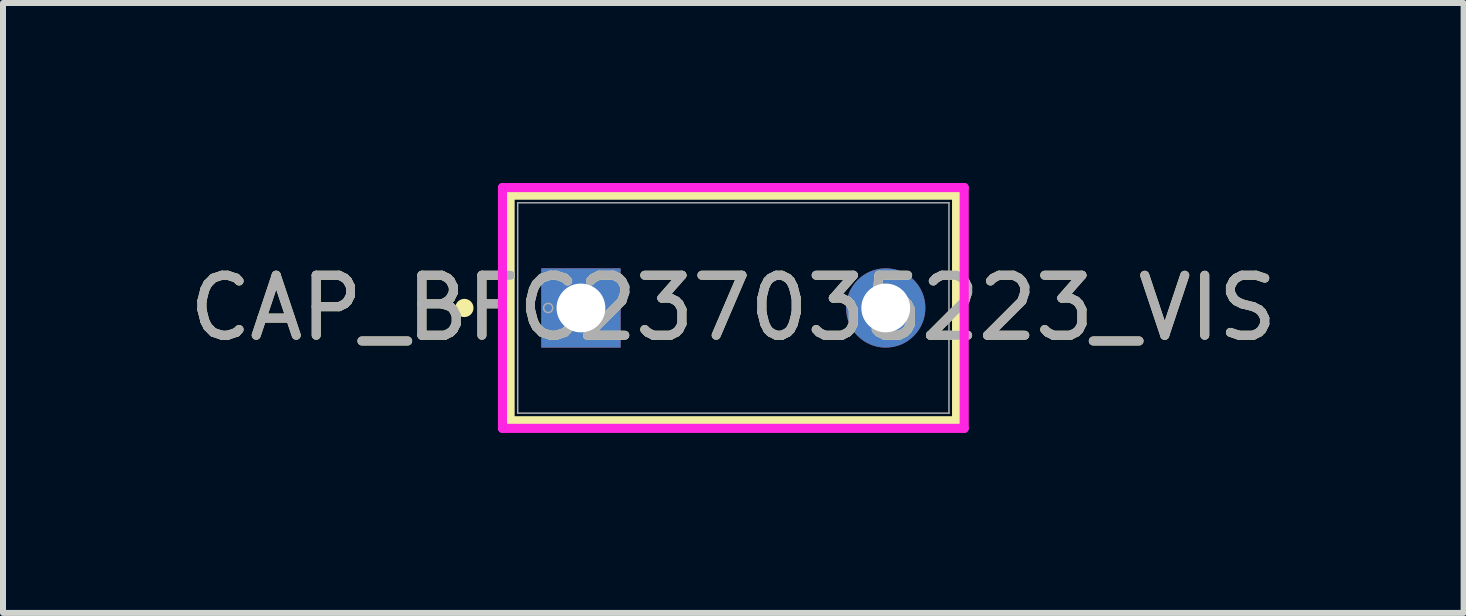
<source format=kicad_pcb>
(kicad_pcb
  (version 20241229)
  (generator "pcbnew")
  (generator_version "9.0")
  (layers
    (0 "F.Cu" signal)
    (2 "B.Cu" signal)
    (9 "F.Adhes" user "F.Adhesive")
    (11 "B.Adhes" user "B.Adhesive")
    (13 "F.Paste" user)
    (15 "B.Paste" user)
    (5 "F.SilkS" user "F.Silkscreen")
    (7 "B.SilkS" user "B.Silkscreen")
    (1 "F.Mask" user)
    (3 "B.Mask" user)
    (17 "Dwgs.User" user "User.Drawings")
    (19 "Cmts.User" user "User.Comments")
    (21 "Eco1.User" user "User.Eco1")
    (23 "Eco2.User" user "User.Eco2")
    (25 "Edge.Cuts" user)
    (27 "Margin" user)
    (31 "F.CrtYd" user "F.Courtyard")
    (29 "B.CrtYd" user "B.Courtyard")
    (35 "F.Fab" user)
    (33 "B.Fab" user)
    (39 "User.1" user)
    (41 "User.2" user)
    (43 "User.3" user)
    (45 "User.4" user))
  (footprint "CAP_BFC237035223_VIS"
    (layer "F.Cu")
    (at 6.633 2.083)
    (property "Reference" "CAP_BFC237035223_VIS" (at 2.54 0 0) (unlocked yes) (layer "F.SilkS") (effects (font (size 1 1) (thickness 0.15))))
    (attr through_hole)
    (fp_line (start -1.181 -1.88) (end -1.181 1.88) (stroke (width 0.152) (type solid)) (layer "F.SilkS"))
    (fp_line (start 6.261 -1.88) (end -1.181 -1.88) (stroke (width 0.152) (type solid)) (layer "F.SilkS"))
    (fp_line (start 6.261 -1.88) (end 6.261 1.88) (stroke (width 0.152) (type solid)) (layer "F.SilkS"))
    (fp_line (start 6.261 1.88) (end -1.181 1.88) (stroke (width 0.152) (type solid)) (layer "F.SilkS"))
    (fp_circle (center -1.943 0) (end -1.867 0) (stroke (width 0.152) (type solid)) (fill no) (layer "F.SilkS"))
    (fp_line (start -1.308 -2.007) (end 6.388 -2.007) (stroke (width 0.152) (type solid)) (layer "F.CrtYd"))
    (fp_line (start -1.308 2.007) (end -1.308 -2.007) (stroke (width 0.152) (type solid)) (layer "F.CrtYd"))
    (fp_line (start 6.388 -2.007) (end 6.388 2.007) (stroke (width 0.152) (type solid)) (layer "F.CrtYd"))
    (fp_line (start 6.388 2.007) (end -1.308 2.007) (stroke (width 0.152) (type solid)) (layer "F.CrtYd"))
    (fp_line (start -1.054 -1.753) (end -1.054 1.753) (stroke (width 0.025) (type solid)) (layer "F.Fab"))
    (fp_line (start 6.134 -1.753) (end -1.054 -1.753) (stroke (width 0.025) (type solid)) (layer "F.Fab"))
    (fp_line (start 6.134 -1.753) (end 6.134 1.753) (stroke (width 0.025) (type solid)) (layer "F.Fab"))
    (fp_line (start 6.134 1.753) (end -1.054 1.753) (stroke (width 0.025) (type solid)) (layer "F.Fab"))
    (fp_circle (center -0.546 0) (end -0.47 0) (stroke (width 0.025) (type solid)) (fill no) (layer "F.Fab"))
    (fp_text user "${REFERENCE}" (at 2.54 0 0) (unlocked yes) (layer "F.Fab") (effects (font (size 1 1) (thickness 0.15))))
    (pad "1" thru_hole rect (at 0 0) (size 1.321 1.321) (drill 0.813) (layers "*.Cu" "*.Mask"))
    (pad "2" thru_hole circle (at 5.08 0) (size 1.321 1.321) (drill 0.813) (layers "*.Cu" "*.Mask")))
  (gr_rect
    (start -3 -3)
    (end 21.345 7.166)
    (stroke (width 0.1) (type default))
    (fill no)
    (layer "Edge.Cuts")))
</source>
